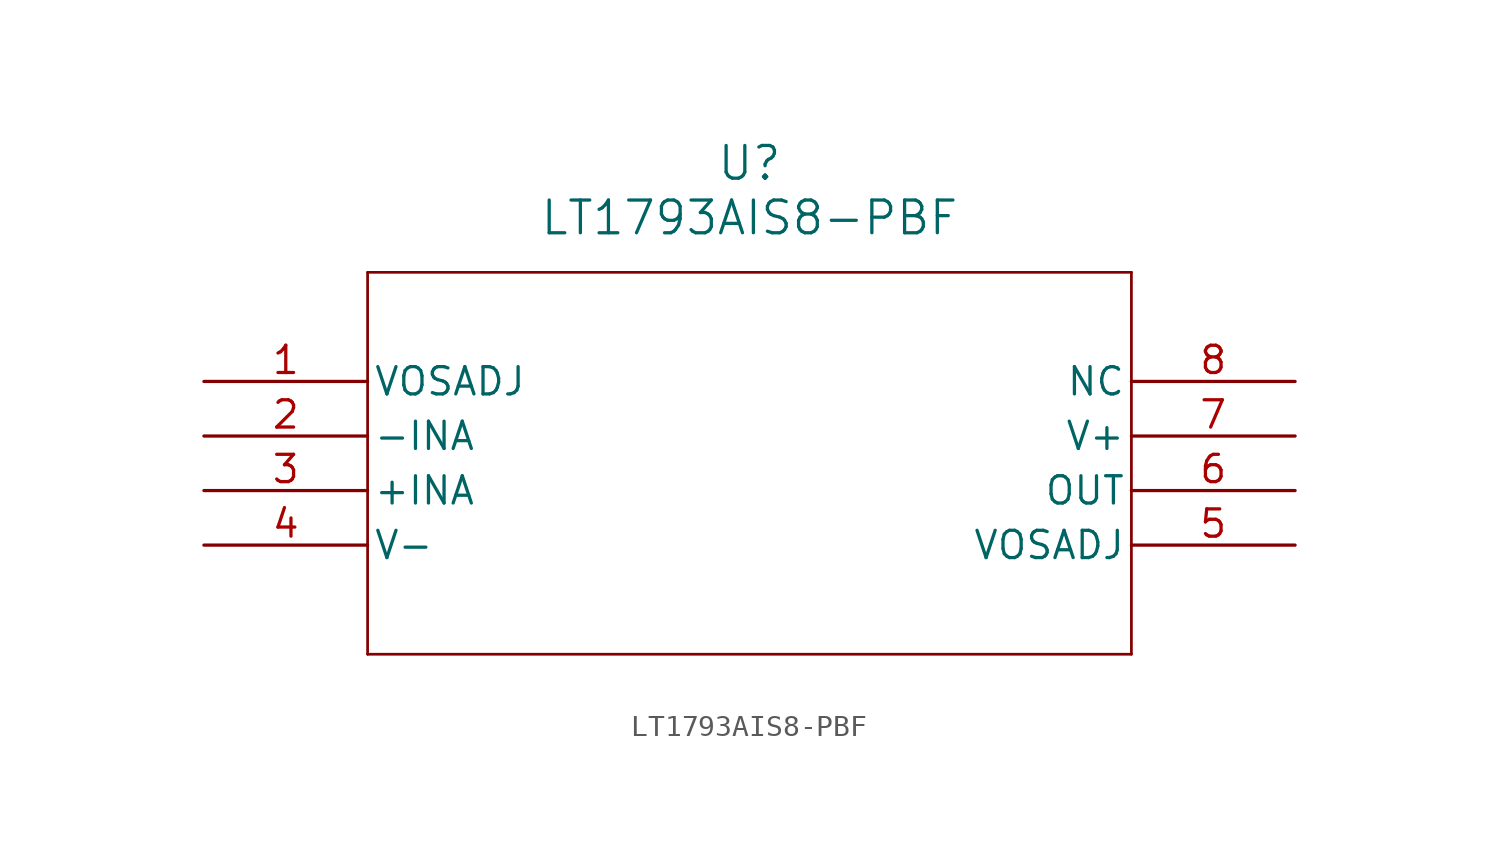
<source format=kicad_sym>
(kicad_symbol_lib
  (version 20211014)
  (generator kicad_symbol_editor)
  (symbol "LT1793AIS8-PBF"
    (pin_names
      (offset 0.254))
    (property "Reference" "U"
      (at 25.4 10.16 0)
      (effects (font (size 1.524 1.524))))
    (property "Value" "LT1793AIS8-PBF"
      (at 25.4 7.62 0)
      (effects (font (size 1.524 1.524))))
    (symbol "LT1793AIS8-PBF_0_1"
      (polyline (pts (xy 7.62 5.08) (xy 7.62 -12.7)) (stroke (width 0.127) (type default) (color 0 0 0 0)) (fill (type none)))
      (polyline (pts (xy 7.62 -12.7) (xy 43.18 -12.7)) (stroke (width 0.127) (type default) (color 0 0 0 0)) (fill (type none)))
      (polyline (pts (xy 43.18 -12.7) (xy 43.18 5.08)) (stroke (width 0.127) (type default) (color 0 0 0 0)) (fill (type none)))
      (polyline (pts (xy 43.18 5.08) (xy 7.62 5.08)) (stroke (width 0.127) (type default) (color 0 0 0 0)) (fill (type none)))
      (pin unspecified line (at 0 0 0) (length 7.62) (name "VOSADJ" (effects (font (size 1.27 1.27)))) (number "1" (effects (font (size 1.27 1.27)))))
      (pin input line (at 0 -2.54 0) (length 7.62) (name "-INA" (effects (font (size 1.27 1.27)))) (number "2" (effects (font (size 1.27 1.27)))))
      (pin input line (at 0 -5.08 0) (length 7.62) (name "+INA" (effects (font (size 1.27 1.27)))) (number "3" (effects (font (size 1.27 1.27)))))
      (pin power_in line (at 0 -7.62 0) (length 7.62) (name "V-" (effects (font (size 1.27 1.27)))) (number "4" (effects (font (size 1.27 1.27)))))
      (pin unspecified line (at 50.8 -7.62 180) (length 7.62) (name "VOSADJ" (effects (font (size 1.27 1.27)))) (number "5" (effects (font (size 1.27 1.27)))))
      (pin output line (at 50.8 -5.08 180) (length 7.62) (name "OUT" (effects (font (size 1.27 1.27)))) (number "6" (effects (font (size 1.27 1.27)))))
      (pin power_in line (at 50.8 -2.54 180) (length 7.62) (name "V+" (effects (font (size 1.27 1.27)))) (number "7" (effects (font (size 1.27 1.27)))))
      (pin unspecified line (at 50.8 0 180) (length 7.62) (name "NC" (effects (font (size 1.27 1.27)))) (number "8" (effects (font (size 1.27 1.27))))))))
</source>
